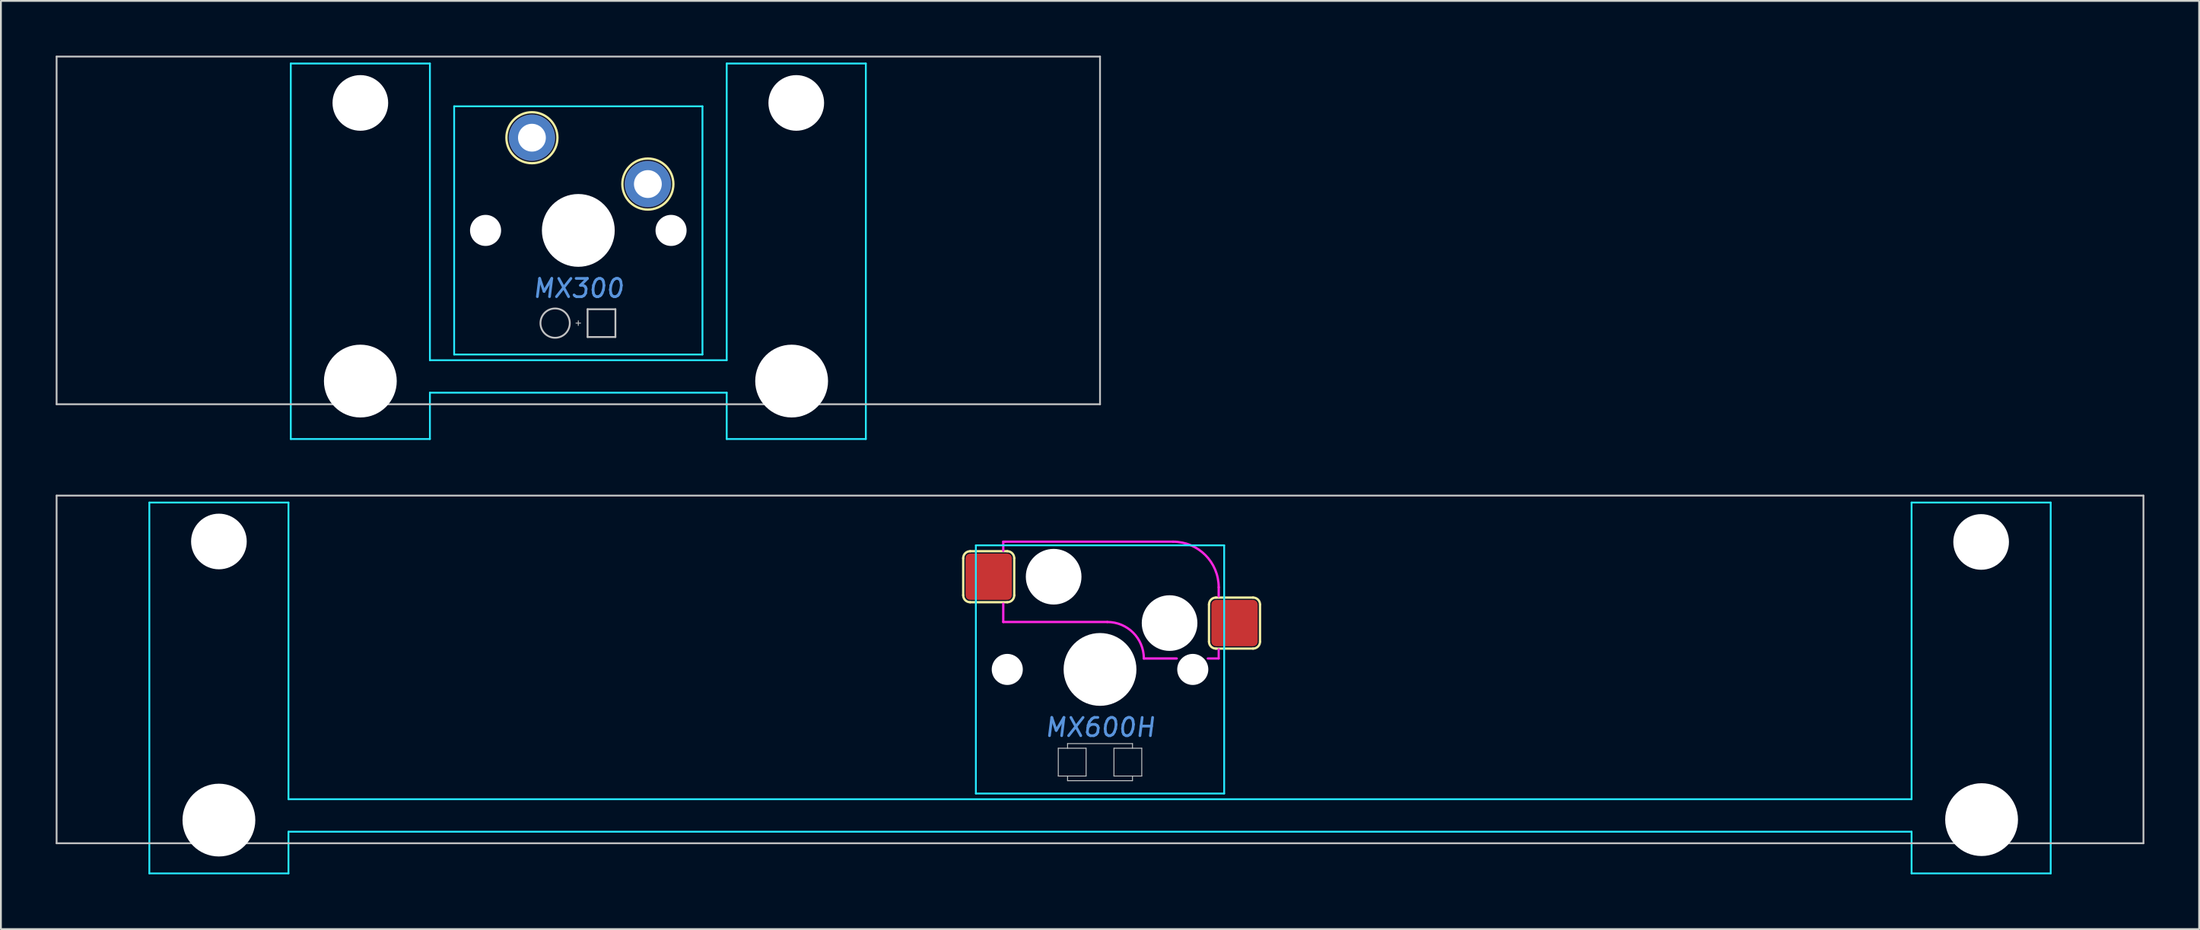
<source format=kicad_pcb>
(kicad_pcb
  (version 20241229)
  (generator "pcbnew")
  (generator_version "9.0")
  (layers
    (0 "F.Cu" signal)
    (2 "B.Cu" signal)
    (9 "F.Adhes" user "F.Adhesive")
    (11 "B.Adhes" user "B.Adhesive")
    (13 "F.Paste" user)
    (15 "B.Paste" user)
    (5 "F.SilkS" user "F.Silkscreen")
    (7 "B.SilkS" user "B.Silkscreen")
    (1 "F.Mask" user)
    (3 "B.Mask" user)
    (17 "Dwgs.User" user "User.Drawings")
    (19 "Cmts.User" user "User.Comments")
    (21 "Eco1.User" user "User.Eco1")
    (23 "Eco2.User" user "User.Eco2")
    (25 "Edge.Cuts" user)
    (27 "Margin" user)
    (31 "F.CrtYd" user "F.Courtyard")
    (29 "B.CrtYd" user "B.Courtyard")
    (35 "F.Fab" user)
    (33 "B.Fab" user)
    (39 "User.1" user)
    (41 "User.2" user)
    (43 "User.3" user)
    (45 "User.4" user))
  (footprint "MX300"
    (layer "F.Cu")
    (at 28.625 9.575)
    (property "Reference" "MX300" (at 0 3.175 0) (layer "Cmts.User") (effects (font (size 1 1) (thickness 0.15) (italic yes))))
    (attr through_hole)
    (fp_circle (center -2.54 -5.08) (end -1.143 -5.08) (stroke (width 0.127) (type solid)) (fill no) (layer "F.SilkS"))
    (fp_circle (center 3.81 -2.54) (end 5.207 -2.54) (stroke (width 0.127) (type solid)) (fill no) (layer "F.SilkS"))
    (fp_line (start -28.575 -9.525) (end -28.575 9.525) (stroke (width 0.1) (type solid)) (layer "Dwgs.User"))
    (fp_line (start -28.575 -9.525) (end 28.575 -9.525) (stroke (width 0.1) (type solid)) (layer "Dwgs.User"))
    (fp_line (start -28.575 9.525) (end 28.575 9.525) (stroke (width 0.1) (type solid)) (layer "Dwgs.User"))
    (fp_line (start -0.127 5.08) (end 0.127 5.08) (stroke (width 0.05) (type solid)) (layer "Dwgs.User"))
    (fp_line (start 0 5.207) (end 0 4.953) (stroke (width 0.05) (type solid)) (layer "Dwgs.User"))
    (fp_line (start 0.508 4.318) (end 0.508 5.842) (stroke (width 0.1) (type solid)) (layer "Dwgs.User"))
    (fp_line (start 0.508 4.318) (end 2.032 4.318) (stroke (width 0.1) (type solid)) (layer "Dwgs.User"))
    (fp_line (start 0.508 5.842) (end 2.032 5.842) (stroke (width 0.1) (type solid)) (layer "Dwgs.User"))
    (fp_line (start 2.032 5.842) (end 2.032 4.318) (stroke (width 0.1) (type solid)) (layer "Dwgs.User"))
    (fp_line (start 28.575 -9.525) (end 28.575 9.525) (stroke (width 0.1) (type solid)) (layer "Dwgs.User"))
    (fp_circle (center -1.27 5.08) (end -0.467 5.08) (stroke (width 0.1) (type solid)) (fill no) (layer "Dwgs.User"))
    (fp_line (start -15.748 -9.144) (end -8.128 -9.144) (stroke (width 0.1) (type solid)) (layer "B.CrtYd"))
    (fp_line (start -15.748 11.43) (end -15.748 -9.144) (stroke (width 0.1) (type solid)) (layer "B.CrtYd"))
    (fp_line (start -8.128 -9.144) (end -8.128 7.112) (stroke (width 0.1) (type solid)) (layer "B.CrtYd"))
    (fp_line (start -8.128 7.112) (end 8.128 7.112) (stroke (width 0.1) (type solid)) (layer "B.CrtYd"))
    (fp_line (start -8.128 8.89) (end 8.128 8.89) (stroke (width 0.1) (type solid)) (layer "B.CrtYd"))
    (fp_line (start -8.128 11.43) (end -15.748 11.43) (stroke (width 0.1) (type solid)) (layer "B.CrtYd"))
    (fp_line (start -8.128 11.43) (end -8.128 8.89) (stroke (width 0.1) (type solid)) (layer "B.CrtYd"))
    (fp_line (start -6.8 6.8) (end -6.8 -6.8) (stroke (width 0.1) (type solid)) (layer "B.CrtYd"))
    (fp_line (start 6.8 -6.8) (end -6.8 -6.8) (stroke (width 0.1) (type solid)) (layer "B.CrtYd"))
    (fp_line (start 6.8 6.8) (end -6.8 6.8) (stroke (width 0.1) (type solid)) (layer "B.CrtYd"))
    (fp_line (start 6.8 6.8) (end 6.8 -6.8) (stroke (width 0.1) (type solid)) (layer "B.CrtYd"))
    (fp_line (start 8.128 -9.144) (end 8.128 7.112) (stroke (width 0.1) (type solid)) (layer "B.CrtYd"))
    (fp_line (start 8.128 -9.144) (end 15.748 -9.144) (stroke (width 0.1) (type solid)) (layer "B.CrtYd"))
    (fp_line (start 8.128 11.43) (end 8.128 8.89) (stroke (width 0.1) (type solid)) (layer "B.CrtYd"))
    (fp_line (start 15.748 -9.144) (end 15.748 11.43) (stroke (width 0.1) (type solid)) (layer "B.CrtYd"))
    (fp_line (start 15.748 11.43) (end 8.128 11.43) (stroke (width 0.1) (type solid)) (layer "B.CrtYd"))
    (pad "" np_thru_hole circle (at -11.938 -6.985) (size 3.048 3.048) (drill 3.048) (layers "*.Cu" "*.Mask"))
    (pad "" np_thru_hole circle (at -11.938 8.255) (size 3.988 3.988) (drill 3.988) (layers "*.Cu" "*.Mask"))
    (pad "" np_thru_hole circle (at -5.08 0) (size 1.702 1.702) (drill 1.702) (layers "*.Cu" "*.Mask"))
    (pad "" np_thru_hole circle (at 0 0) (size 3.988 3.988) (drill 3.988) (layers "*.Cu" "*.Mask"))
    (pad "" np_thru_hole circle (at 5.08 0) (size 1.702 1.702) (drill 1.702) (layers "*.Cu" "*.Mask"))
    (pad "" np_thru_hole circle (at 11.684 8.255) (size 3.988 3.988) (drill 3.988) (layers "*.Cu" "*.Mask"))
    (pad "" np_thru_hole circle (at 11.938 -6.985) (size 3.048 3.048) (drill 3.048) (layers "*.Cu" "*.Mask"))
    (pad "1" thru_hole circle (at -2.54 -5.08) (size 2.54 2.54) (drill 1.524) (layers "*.Cu" "*.Mask"))
    (pad "2" thru_hole circle (at 3.81 -2.54) (size 2.54 2.54) (drill 1.524) (layers "*.Cu" "*.Mask")))
  (footprint "MX600H"
    (layer "F.Cu")
    (at 57.2 33.63)
    (property "Reference" "MX600H" (at 0 3.175 0) (layer "Cmts.User") (effects (font (size 1 1) (thickness 0.15) (italic yes))))
    (attr through_hole)
    (fp_line (start -7.493 -6.096) (end -7.493 -4.064) (stroke (width 0.127) (type solid)) (layer "F.SilkS"))
    (fp_line (start -7.112 -3.683) (end -5.08 -3.683) (stroke (width 0.127) (type solid)) (layer "F.SilkS"))
    (fp_line (start -5.08 -6.477) (end -7.112 -6.477) (stroke (width 0.127) (type solid)) (layer "F.SilkS"))
    (fp_line (start -4.699 -4.064) (end -4.699 -6.096) (stroke (width 0.127) (type solid)) (layer "F.SilkS"))
    (fp_line (start 5.969 -3.556) (end 5.969 -1.524) (stroke (width 0.127) (type solid)) (layer "F.SilkS"))
    (fp_line (start 6.35 -1.143) (end 8.382 -1.143) (stroke (width 0.127) (type solid)) (layer "F.SilkS"))
    (fp_line (start 8.382 -3.937) (end 6.35 -3.937) (stroke (width 0.127) (type solid)) (layer "F.SilkS"))
    (fp_line (start 8.763 -1.524) (end 8.763 -3.556) (stroke (width 0.127) (type solid)) (layer "F.SilkS"))
    (fp_arc (start -7.493 -6.096) (mid -7.381408 -6.365408) (end -7.112 -6.477) (stroke (width 0.127) (type solid)) (layer "F.SilkS"))
    (fp_arc (start -7.112 -3.683) (mid -7.381408 -3.794592) (end -7.493 -4.064) (stroke (width 0.127) (type solid)) (layer "F.SilkS"))
    (fp_arc (start -5.08 -6.477) (mid -4.810592 -6.365408) (end -4.699 -6.096) (stroke (width 0.127) (type solid)) (layer "F.SilkS"))
    (fp_arc (start -4.699 -4.064) (mid -4.810592 -3.794592) (end -5.08 -3.683) (stroke (width 0.127) (type solid)) (layer "F.SilkS"))
    (fp_arc (start 5.969 -3.556) (mid 6.080592 -3.825408) (end 6.35 -3.937) (stroke (width 0.127) (type solid)) (layer "F.SilkS"))
    (fp_arc (start 6.35 -1.143) (mid 6.080592 -1.254592) (end 5.969 -1.524) (stroke (width 0.127) (type solid)) (layer "F.SilkS"))
    (fp_arc (start 8.382 -3.937) (mid 8.651408 -3.825408) (end 8.763 -3.556) (stroke (width 0.127) (type solid)) (layer "F.SilkS"))
    (fp_arc (start 8.763 -1.524) (mid 8.651408 -1.254592) (end 8.382 -1.143) (stroke (width 0.127) (type solid)) (layer "F.SilkS"))
    (fp_line (start -57.15 -9.525) (end -57.15 9.525) (stroke (width 0.1) (type solid)) (layer "Dwgs.User"))
    (fp_line (start -57.15 -9.525) (end 57.15 -9.525) (stroke (width 0.1) (type solid)) (layer "Dwgs.User"))
    (fp_line (start -57.15 9.525) (end 57.15 9.525) (stroke (width 0.1) (type solid)) (layer "Dwgs.User"))
    (fp_line (start -2.286 4.318) (end -0.762 4.318) (stroke (width 0.051) (type solid)) (layer "Dwgs.User"))
    (fp_line (start -2.286 5.842) (end -2.286 4.318) (stroke (width 0.051) (type solid)) (layer "Dwgs.User"))
    (fp_line (start -1.778 4.064) (end 1.778 4.064) (stroke (width 0.051) (type solid)) (layer "Dwgs.User"))
    (fp_line (start -1.778 4.318) (end -1.778 4.064) (stroke (width 0.051) (type solid)) (layer "Dwgs.User"))
    (fp_line (start -1.778 6.096) (end -1.778 5.842) (stroke (width 0.051) (type solid)) (layer "Dwgs.User"))
    (fp_line (start -0.762 4.318) (end -0.762 5.842) (stroke (width 0.051) (type solid)) (layer "Dwgs.User"))
    (fp_line (start -0.762 5.842) (end -2.286 5.842) (stroke (width 0.051) (type solid)) (layer "Dwgs.User"))
    (fp_line (start 0.762 4.318) (end 2.286 4.318) (stroke (width 0.051) (type solid)) (layer "Dwgs.User"))
    (fp_line (start 0.762 5.842) (end 0.762 4.318) (stroke (width 0.051) (type solid)) (layer "Dwgs.User"))
    (fp_line (start 1.778 4.064) (end 1.778 4.318) (stroke (width 0.051) (type solid)) (layer "Dwgs.User"))
    (fp_line (start 1.778 5.842) (end 1.778 6.096) (stroke (width 0.051) (type solid)) (layer "Dwgs.User"))
    (fp_line (start 1.778 6.096) (end -1.778 6.096) (stroke (width 0.051) (type solid)) (layer "Dwgs.User"))
    (fp_line (start 2.286 4.318) (end 2.286 5.842) (stroke (width 0.051) (type solid)) (layer "Dwgs.User"))
    (fp_line (start 2.286 5.842) (end 0.762 5.842) (stroke (width 0.051) (type solid)) (layer "Dwgs.User"))
    (fp_line (start 57.15 -9.525) (end 57.15 9.525) (stroke (width 0.1) (type solid)) (layer "Dwgs.User"))
    (fp_line (start -52.07 -9.144) (end -52.07 11.176) (stroke (width 0.1) (type solid)) (layer "B.CrtYd"))
    (fp_line (start -52.07 -9.144) (end -44.45 -9.144) (stroke (width 0.1) (type solid)) (layer "B.CrtYd"))
    (fp_line (start -52.07 11.176) (end -44.45 11.176) (stroke (width 0.1) (type solid)) (layer "B.CrtYd"))
    (fp_line (start -44.45 7.112) (end -44.45 -9.144) (stroke (width 0.1) (type solid)) (layer "B.CrtYd"))
    (fp_line (start -44.45 7.112) (end 44.45 7.112) (stroke (width 0.1) (type solid)) (layer "B.CrtYd"))
    (fp_line (start -44.45 8.89) (end -44.45 11.176) (stroke (width 0.1) (type solid)) (layer "B.CrtYd"))
    (fp_line (start -44.45 8.89) (end 44.45 8.89) (stroke (width 0.1) (type solid)) (layer "B.CrtYd"))
    (fp_line (start -6.8 -6.8) (end -6.8 6.8) (stroke (width 0.1) (type solid)) (layer "B.CrtYd"))
    (fp_line (start 6.8 -6.8) (end -6.8 -6.8) (stroke (width 0.1) (type solid)) (layer "B.CrtYd"))
    (fp_line (start 6.8 -6.8) (end 6.8 6.8) (stroke (width 0.1) (type solid)) (layer "B.CrtYd"))
    (fp_line (start 6.8 6.8) (end -6.8 6.8) (stroke (width 0.1) (type solid)) (layer "B.CrtYd"))
    (fp_line (start 44.45 7.112) (end 44.45 -9.144) (stroke (width 0.1) (type solid)) (layer "B.CrtYd"))
    (fp_line (start 44.45 8.89) (end 44.45 11.176) (stroke (width 0.1) (type solid)) (layer "B.CrtYd"))
    (fp_line (start 52.07 -9.144) (end 44.45 -9.144) (stroke (width 0.1) (type solid)) (layer "B.CrtYd"))
    (fp_line (start 52.07 -9.144) (end 52.07 11.176) (stroke (width 0.1) (type solid)) (layer "B.CrtYd"))
    (fp_line (start 52.07 11.176) (end 44.45 11.176) (stroke (width 0.1) (type solid)) (layer "B.CrtYd"))
    (fp_line (start -5.3 -7) (end -5.3 -6.5) (stroke (width 0.127) (type solid)) (layer "F.CrtYd"))
    (fp_line (start -5.3 -3.6) (end -5.3 -2.6) (stroke (width 0.127) (type solid)) (layer "F.CrtYd"))
    (fp_line (start -5.2 -7) (end -5.3 -7) (stroke (width 0.12) (type solid)) (layer "F.CrtYd"))
    (fp_line (start 0.4 -2.6) (end -5.3 -2.6) (stroke (width 0.127) (type solid)) (layer "F.CrtYd"))
    (fp_line (start 4 -7) (end -5.2 -7) (stroke (width 0.12) (type solid)) (layer "F.CrtYd"))
    (fp_line (start 4.2 -0.6) (end 2.4 -0.6) (stroke (width 0.127) (type solid)) (layer "F.CrtYd"))
    (fp_line (start 6.5 -4.5) (end 6.5 -4) (stroke (width 0.127) (type solid)) (layer "F.CrtYd"))
    (fp_line (start 6.5 -1.1) (end 6.5 -0.6) (stroke (width 0.12) (type solid)) (layer "F.CrtYd"))
    (fp_line (start 6.5 -0.6) (end 5.9 -0.6) (stroke (width 0.12) (type solid)) (layer "F.CrtYd"))
    (fp_arc (start 0.4 -2.6) (mid 1.814214 -2.014214) (end 2.4 -0.6) (stroke (width 0.127) (type solid)) (layer "F.CrtYd"))
    (fp_arc (start 4 -7) (mid 5.767767 -6.267767) (end 6.5 -4.5) (stroke (width 0.127) (type solid)) (layer "F.CrtYd"))
    (pad "" np_thru_hole circle (at -48.26 -7.01) (size 3.048 3.048) (drill 3.048) (layers "*.Cu" "*.Mask"))
    (pad "" np_thru_hole circle (at -48.26 8.255) (size 3.988 3.988) (drill 3.988) (layers "*.Cu" "*.Mask"))
    (pad "" np_thru_hole circle (at -5.08 0) (size 1.702 1.702) (drill 1.702) (layers "*.Cu" "*.Mask"))
    (pad "" np_thru_hole circle (at -2.54 -5.08) (size 3.048 3.048) (drill 3.048) (layers "*.Cu" "*.Mask"))
    (pad "" np_thru_hole circle (at 0 0) (size 3.988 3.988) (drill 3.988) (layers "*.Cu" "*.Mask"))
    (pad "" np_thru_hole circle (at 3.81 -2.54) (size 3.048 3.048) (drill 3.048) (layers "*.Cu" "*.Mask"))
    (pad "" np_thru_hole circle (at 5.08 0) (size 1.702 1.702) (drill 1.702) (layers "*.Cu" "*.Mask"))
    (pad "" np_thru_hole circle (at 48.26 -6.985) (size 3.048 3.048) (drill 3.048) (layers "*.Cu" "*.Mask"))
    (pad "" np_thru_hole circle (at 48.285 8.23) (size 3.988 3.988) (drill 3.988) (layers "*.Cu" "*.Mask"))
    (pad "1" smd roundrect (at -6.096 -5.08) (size 2.54 2.54) (layers "F.Cu" "F.Mask") (roundrect_rratio 0.1))
    (pad "2" smd roundrect (at 7.366 -2.54) (size 2.54 2.54) (layers "F.Cu" "F.Mask") (roundrect_rratio 0.1)))
  (gr_rect
    (start -3 -3)
    (end 117.4 47.856)
    (stroke (width 0.1) (type default))
    (fill no)
    (layer "Edge.Cuts")))
</source>
